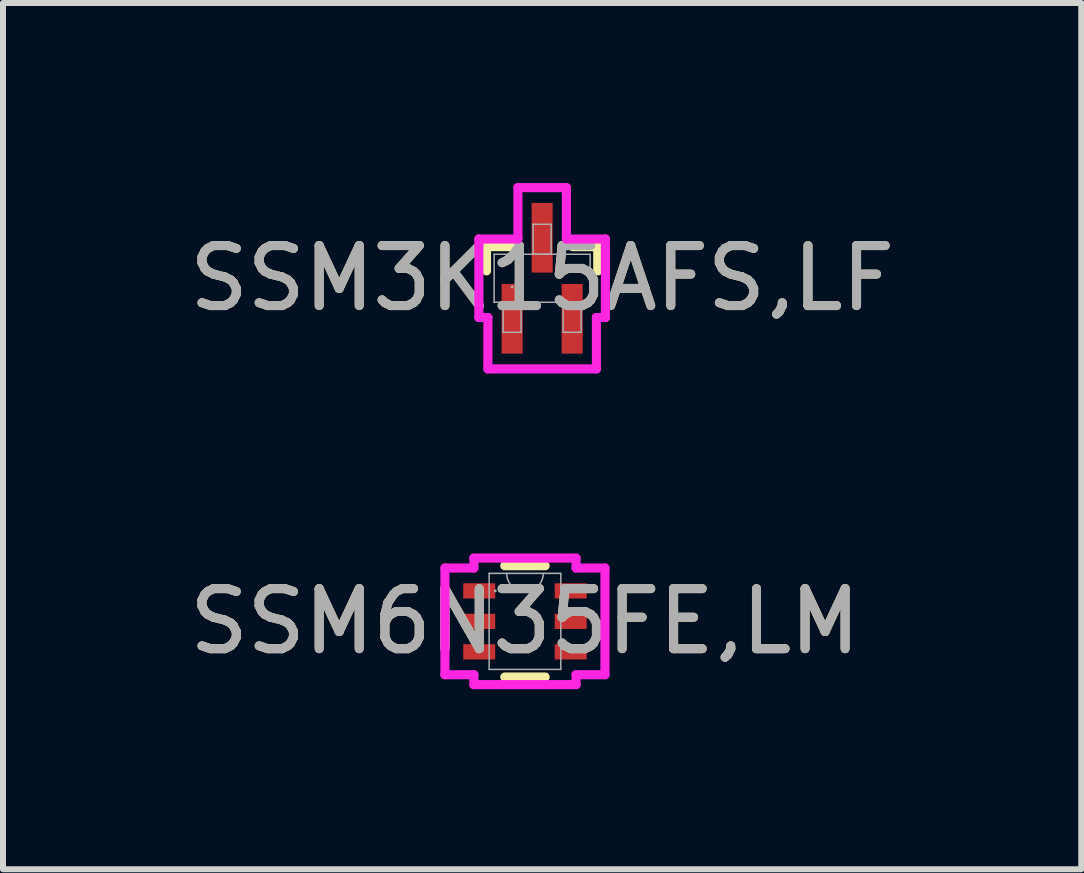
<source format=kicad_pcb>
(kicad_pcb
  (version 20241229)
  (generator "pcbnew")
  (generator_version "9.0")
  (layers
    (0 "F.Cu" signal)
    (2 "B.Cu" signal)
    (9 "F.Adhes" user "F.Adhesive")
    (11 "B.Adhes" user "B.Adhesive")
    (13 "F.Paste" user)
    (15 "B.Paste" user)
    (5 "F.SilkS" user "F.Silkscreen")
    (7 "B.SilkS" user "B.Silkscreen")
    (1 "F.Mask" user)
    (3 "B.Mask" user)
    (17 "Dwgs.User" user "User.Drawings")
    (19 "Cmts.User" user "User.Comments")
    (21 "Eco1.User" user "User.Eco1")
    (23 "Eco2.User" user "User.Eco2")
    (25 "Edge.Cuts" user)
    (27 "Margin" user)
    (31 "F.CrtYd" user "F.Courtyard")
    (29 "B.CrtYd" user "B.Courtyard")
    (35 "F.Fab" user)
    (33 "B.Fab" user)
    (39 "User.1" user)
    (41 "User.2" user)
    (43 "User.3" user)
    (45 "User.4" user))
  (footprint "SSM3K15AFS,LF"
    (layer "F.Cu")
    (at 5.982 1.586)
    (property "Reference" "SSM3K15AFS,LF" (at 0 0 0) (unlocked yes) (layer "F.SilkS") (effects (font (size 1 1) (thickness 0.15))))
    (attr smd)
    (fp_line (start -0.927 -0.527) (end -0.927 -0.123) (stroke (width 0.152) (type solid)) (layer "F.SilkS"))
    (fp_line (start -0.508 -0.527) (end -0.927 -0.527) (stroke (width 0.152) (type solid)) (layer "F.SilkS"))
    (fp_line (start 0.927 -0.527) (end 0.508 -0.527) (stroke (width 0.152) (type solid)) (layer "F.SilkS"))
    (fp_line (start 0.927 -0.123) (end 0.927 -0.527) (stroke (width 0.152) (type solid)) (layer "F.SilkS"))
    (fp_line (start -1.054 -0.654) (end -0.404 -0.654) (stroke (width 0.152) (type solid)) (layer "F.CrtYd"))
    (fp_line (start -1.054 0.654) (end -1.054 -0.654) (stroke (width 0.152) (type solid)) (layer "F.CrtYd"))
    (fp_line (start -1.054 0.654) (end -0.904 0.654) (stroke (width 0.152) (type solid)) (layer "F.CrtYd"))
    (fp_line (start -0.904 0.654) (end -0.904 1.51) (stroke (width 0.152) (type solid)) (layer "F.CrtYd"))
    (fp_line (start -0.904 1.51) (end 0.904 1.51) (stroke (width 0.152) (type solid)) (layer "F.CrtYd"))
    (fp_line (start -0.404 -1.51) (end 0.404 -1.51) (stroke (width 0.152) (type solid)) (layer "F.CrtYd"))
    (fp_line (start -0.404 -0.654) (end -0.404 -1.51) (stroke (width 0.152) (type solid)) (layer "F.CrtYd"))
    (fp_line (start 0.404 -0.654) (end 0.404 -1.51) (stroke (width 0.152) (type solid)) (layer "F.CrtYd"))
    (fp_line (start 0.904 0.654) (end 0.904 1.51) (stroke (width 0.152) (type solid)) (layer "F.CrtYd"))
    (fp_line (start 1.054 -0.654) (end 0.404 -0.654) (stroke (width 0.152) (type solid)) (layer "F.CrtYd"))
    (fp_line (start 1.054 -0.654) (end 1.054 0.654) (stroke (width 0.152) (type solid)) (layer "F.CrtYd"))
    (fp_line (start 1.054 0.654) (end 0.904 0.654) (stroke (width 0.152) (type solid)) (layer "F.CrtYd"))
    (fp_line (start -0.8 -0.4) (end -0.8 0.4) (stroke (width 0.025) (type solid)) (layer "F.Fab"))
    (fp_line (start -0.8 0.4) (end 0.8 0.4) (stroke (width 0.025) (type solid)) (layer "F.Fab"))
    (fp_line (start -0.65 0.4) (end -0.65 0.9) (stroke (width 0.025) (type solid)) (layer "F.Fab"))
    (fp_line (start -0.65 0.9) (end -0.35 0.9) (stroke (width 0.025) (type solid)) (layer "F.Fab"))
    (fp_line (start -0.35 0.4) (end -0.65 0.4) (stroke (width 0.025) (type solid)) (layer "F.Fab"))
    (fp_line (start -0.35 0.9) (end -0.35 0.4) (stroke (width 0.025) (type solid)) (layer "F.Fab"))
    (fp_line (start -0.15 -0.9) (end -0.15 -0.4) (stroke (width 0.025) (type solid)) (layer "F.Fab"))
    (fp_line (start -0.15 -0.4) (end 0.15 -0.4) (stroke (width 0.025) (type solid)) (layer "F.Fab"))
    (fp_line (start 0.15 -0.9) (end -0.15 -0.9) (stroke (width 0.025) (type solid)) (layer "F.Fab"))
    (fp_line (start 0.15 -0.4) (end 0.15 -0.9) (stroke (width 0.025) (type solid)) (layer "F.Fab"))
    (fp_line (start 0.35 0.4) (end 0.35 0.9) (stroke (width 0.025) (type solid)) (layer "F.Fab"))
    (fp_line (start 0.35 0.9) (end 0.65 0.9) (stroke (width 0.025) (type solid)) (layer "F.Fab"))
    (fp_line (start 0.65 0.4) (end 0.35 0.4) (stroke (width 0.025) (type solid)) (layer "F.Fab"))
    (fp_line (start 0.65 0.9) (end 0.65 0.4) (stroke (width 0.025) (type solid)) (layer "F.Fab"))
    (fp_line (start 0.8 -0.4) (end -0.8 -0.4) (stroke (width 0.025) (type solid)) (layer "F.Fab"))
    (fp_line (start 0.8 0.4) (end 0.8 -0.4) (stroke (width 0.025) (type solid)) (layer "F.Fab"))
    (fp_circle (center -0.5 0.146) (end -0.5 0.146) (stroke (width 0.025) (type solid)) (fill no) (layer "F.Fab"))
    (fp_text user "${REFERENCE}" (at 0 0 0) (unlocked yes) (layer "F.Fab") (effects (font (size 1 1) (thickness 0.15))))
    (pad "1" smd rect (at -0.5 0.675) (size 0.351 1.161) (layers "F.Cu" "F.Mask" "F.Paste"))
    (pad "2" smd rect (at 0.5 0.675) (size 0.351 1.161) (layers "F.Cu" "F.Mask" "F.Paste"))
    (pad "3" smd rect (at 0 -0.675) (size 0.351 1.161) (layers "F.Cu" "F.Mask" "F.Paste")))
  (footprint "SSM6N35FE,LM"
    (layer "F.Cu")
    (at 5.696 7.302)
    (property "Reference" "SSM6N35FE,LM" (at 0 0 0) (unlocked yes) (layer "F.SilkS") (effects (font (size 1 1) (thickness 0.15))))
    (attr smd)
    (fp_line (start -0.336 0.927) (end 0.336 0.927) (stroke (width 0.152) (type solid)) (layer "F.SilkS"))
    (fp_line (start 0.336 -0.927) (end -0.336 -0.927) (stroke (width 0.152) (type solid)) (layer "F.SilkS"))
    (fp_line (start -1.333 -0.889) (end -0.851 -0.889) (stroke (width 0.152) (type solid)) (layer "F.CrtYd"))
    (fp_line (start -1.333 0.889) (end -1.333 -0.889) (stroke (width 0.152) (type solid)) (layer "F.CrtYd"))
    (fp_line (start -0.851 -1.054) (end 0.851 -1.054) (stroke (width 0.152) (type solid)) (layer "F.CrtYd"))
    (fp_line (start -0.851 -0.889) (end -0.851 -1.054) (stroke (width 0.152) (type solid)) (layer "F.CrtYd"))
    (fp_line (start -0.851 0.889) (end -1.333 0.889) (stroke (width 0.152) (type solid)) (layer "F.CrtYd"))
    (fp_line (start -0.851 1.054) (end -0.851 0.889) (stroke (width 0.152) (type solid)) (layer "F.CrtYd"))
    (fp_line (start 0.851 -1.054) (end 0.851 -0.889) (stroke (width 0.152) (type solid)) (layer "F.CrtYd"))
    (fp_line (start 0.851 -0.889) (end 1.333 -0.889) (stroke (width 0.152) (type solid)) (layer "F.CrtYd"))
    (fp_line (start 0.851 0.889) (end 0.851 1.054) (stroke (width 0.152) (type solid)) (layer "F.CrtYd"))
    (fp_line (start 0.851 1.054) (end -0.851 1.054) (stroke (width 0.152) (type solid)) (layer "F.CrtYd"))
    (fp_line (start 1.333 -0.889) (end 1.333 0.889) (stroke (width 0.152) (type solid)) (layer "F.CrtYd"))
    (fp_line (start 1.333 0.889) (end 0.851 0.889) (stroke (width 0.152) (type solid)) (layer "F.CrtYd"))
    (fp_line (start -0.597 -0.8) (end -0.597 0.8) (stroke (width 0.025) (type solid)) (layer "F.Fab"))
    (fp_line (start -0.597 0.8) (end 0.597 0.8) (stroke (width 0.025) (type solid)) (layer "F.Fab"))
    (fp_line (start 0.597 -0.8) (end -0.597 -0.8) (stroke (width 0.025) (type solid)) (layer "F.Fab"))
    (fp_line (start 0.597 0.8) (end 0.597 -0.8) (stroke (width 0.025) (type solid)) (layer "F.Fab"))
    (fp_arc (start 0.3048 -0.8001) (mid 0 -0.4953) (end -0.3048 -0.8001) (stroke (width 0.0254) (type solid)) (layer "F.Fab"))
    (fp_circle (center -0.495 -0.508) (end -0.495 -0.508) (stroke (width 0.025) (type solid)) (fill no) (layer "F.Fab"))
    (fp_text user "${REFERENCE}" (at 0 0 0) (unlocked yes) (layer "F.Fab") (effects (font (size 1 1) (thickness 0.15))))
    (pad "1" smd rect (at -0.762 -0.508) (size 0.533 0.254) (layers "F.Cu" "F.Mask" "F.Paste"))
    (pad "2" smd rect (at -0.762 0) (size 0.533 0.254) (layers "F.Cu" "F.Mask" "F.Paste"))
    (pad "3" smd rect (at -0.762 0.508) (size 0.533 0.254) (layers "F.Cu" "F.Mask" "F.Paste"))
    (pad "4" smd rect (at 0.762 0.508) (size 0.533 0.254) (layers "F.Cu" "F.Mask" "F.Paste"))
    (pad "5" smd rect (at 0.762 0) (size 0.533 0.254) (layers "F.Cu" "F.Mask" "F.Paste"))
    (pad "6" smd rect (at 0.762 -0.508) (size 0.533 0.254) (layers "F.Cu" "F.Mask" "F.Paste")))
  (gr_rect
    (start -3 -3)
    (end 14.964 11.432)
    (stroke (width 0.1) (type default))
    (fill no)
    (layer "Edge.Cuts")))
</source>
